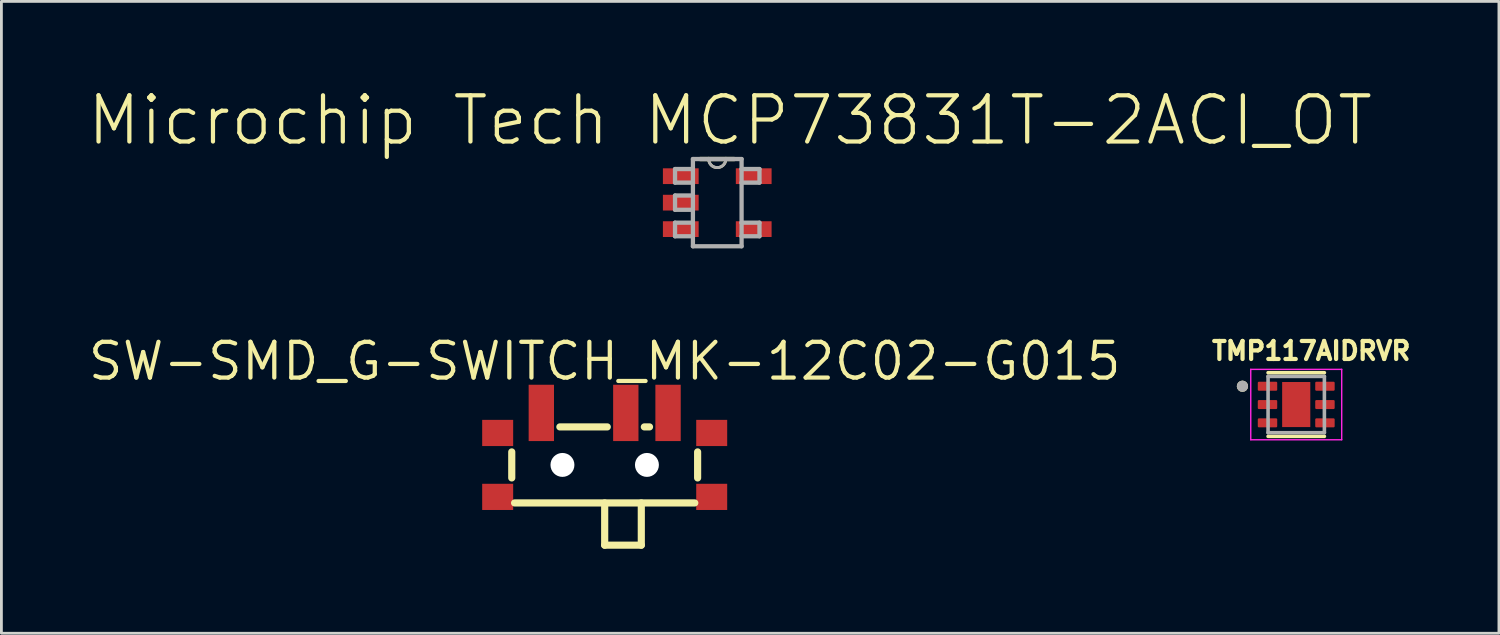
<source format=kicad_pcb>
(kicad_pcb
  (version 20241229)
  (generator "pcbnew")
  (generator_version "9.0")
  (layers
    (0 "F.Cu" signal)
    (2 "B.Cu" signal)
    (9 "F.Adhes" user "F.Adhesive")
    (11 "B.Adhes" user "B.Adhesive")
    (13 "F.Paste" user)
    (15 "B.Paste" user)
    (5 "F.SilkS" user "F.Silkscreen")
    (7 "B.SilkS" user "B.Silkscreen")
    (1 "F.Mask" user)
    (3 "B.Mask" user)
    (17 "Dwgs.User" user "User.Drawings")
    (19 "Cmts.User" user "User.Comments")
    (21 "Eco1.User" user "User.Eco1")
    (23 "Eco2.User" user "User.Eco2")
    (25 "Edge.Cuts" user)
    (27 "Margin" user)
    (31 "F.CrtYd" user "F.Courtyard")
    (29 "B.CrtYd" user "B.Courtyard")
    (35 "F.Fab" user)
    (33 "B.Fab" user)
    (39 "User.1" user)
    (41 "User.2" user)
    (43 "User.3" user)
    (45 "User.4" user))
  (footprint "SW-SMD_G-SWITCH_MK-12C02-G015"
    (layer "F.Cu")
    (at 18.422 13.103)
    (property "Reference" "SW-SMD_G-SWITCH_MK-12C02-G015" (at 0 -3.326 0) (layer "F.SilkS") (effects (font (size 1.27 1.27) (thickness 0.15))))
    (fp_line (start -3.3 0.818) (end -3.3 -0.106) (stroke (width 0.254) (type default)) (layer "F.SilkS"))
    (fp_line (start -0.0002 3.206) (end -0.0002 1.706) (stroke (width 0.254) (type default)) (layer "F.SilkS"))
    (fp_line (start 0.092 -0.994) (end -1.592 -0.994) (stroke (width 0.254) (type default)) (layer "F.SilkS"))
    (fp_line (start 1.3 1.706) (end 1.3 3.206) (stroke (width 0.254) (type default)) (layer "F.SilkS"))
    (fp_line (start 1.3 3.206) (end -0.0002 3.206) (stroke (width 0.254) (type default)) (layer "F.SilkS"))
    (fp_line (start 1.592 -0.994) (end 1.408 -0.994) (stroke (width 0.254) (type default)) (layer "F.SilkS"))
    (fp_line (start 3.2 1.706) (end -3.2 1.706) (stroke (width 0.254) (type default)) (layer "F.SilkS"))
    (fp_line (start 3.3 0.818) (end 3.3 -0.106) (stroke (width 0.254) (type default)) (layer "F.SilkS"))
    (fp_circle (center -1.5 0.356) (end -1.325 0.356) (stroke (width 0.35) (type default)) (fill no) (layer "Dwgs.User"))
    (fp_circle (center 1.5 0.356) (end 1.675 0.356) (stroke (width 0.35) (type default)) (fill no) (layer "Dwgs.User"))
    (fp_circle (center -3.9 -2.02) (end -3.87 -2.02) (stroke (width 0.06) (type default)) (fill no) (layer "User.5"))
    (pad "" np_thru_hole circle (at -1.5 0.356) (size 0.85 0.85) (drill 0.85) (layers "*.Cu" "*.Mask"))
    (pad "" np_thru_hole circle (at 1.5 0.356) (size 0.85 0.85) (drill 0.85) (layers "*.Cu" "*.Mask"))
    (pad "1" smd rect (at -2.25 -1.491) (size 0.9 2) (layers "F.Cu" "F.Mask" "F.Paste"))
    (pad "2" smd rect (at 0.75 -1.491) (size 0.9 2) (layers "F.Cu" "F.Mask" "F.Paste"))
    (pad "3" smd rect (at 2.25 -1.491) (size 0.9 2) (layers "F.Cu" "F.Mask" "F.Paste"))
    (pad "4" smd rect (at 3.8 -0.779) (size 1.1 0.93) (layers "F.Cu" "F.Mask" "F.Paste"))
    (pad "5" smd rect (at 3.8 1.491) (size 1.1 0.93) (layers "F.Cu" "F.Mask" "F.Paste"))
    (pad "6" smd rect (at -3.8 1.491) (size 1.1 0.93) (layers "F.Cu" "F.Mask" "F.Paste"))
    (pad "7" smd rect (at -3.8 -0.779 180) (size 1.1 0.93) (layers "F.Cu" "F.Mask" "F.Paste"))
    (zone (net_name "") (layer "Dwgs.User") (hatch edge 0.5) (priority 100) (connect_pads yes) (min_thickness 0) (filled_areas_thickness no) (fill yes) (polygon (pts (xy 18.402 14.793) (xy 19.702 14.783) (xy 19.702 16.283) (xy 18.382 16.283) (xy 18.382 16.103))) (filled_polygon (layer "Dwgs.User") (island) (pts (xy 18.402 14.793) (xy 19.702 14.783) (xy 19.702 16.283) (xy 18.382 16.283) (xy 18.382 16.103))))
    (zone (net_name "") (layer "User.3") (hatch edge 0.5) (priority 100) (connect_pads yes) (min_thickness 0) (filled_areas_thickness no) (fill yes) (polygon (pts (xy 15.122 12.083) (xy 21.722 12.083) (xy 21.722 14.783) (xy 19.702 14.783) (xy 19.702 16.283) (xy 18.402 16.283) (xy 18.402 14.783) (xy 15.122 14.783) (xy 15.122 14.003))) (filled_polygon (layer "User.3") (island) (pts (xy 15.122 12.083) (xy 21.722 12.083) (xy 21.722 14.783) (xy 19.702 14.783) (xy 19.702 16.283) (xy 18.402 16.283) (xy 18.402 14.783) (xy 15.122 14.783) (xy 15.122 14.003))))
    (zone (net_name "") (layer "User.4") (hatch edge 0.5) (priority 100) (connect_pads yes) (min_thickness 0) (filled_areas_thickness no) (fill yes) (polygon (pts (xy 14.522 14.353) (xy 15.222 14.353) (xy 15.222 14.783) (xy 14.522 14.783))) (filled_polygon (layer "User.4") (island) (pts (xy 14.522 14.353) (xy 15.222 14.353) (xy 15.222 14.783) (xy 14.522 14.783))))
    (zone (net_name "") (layer "User.4") (hatch edge 0.5) (priority 100) (connect_pads yes) (min_thickness 0) (filled_areas_thickness no) (fill yes) (polygon (pts (xy 15.222 12.513) (xy 14.522 12.513) (xy 14.522 12.083) (xy 15.222 12.083))) (filled_polygon (layer "User.4") (island) (pts (xy 15.222 12.513) (xy 14.522 12.513) (xy 14.522 12.083) (xy 15.222 12.083))))
    (zone (net_name "") (layer "User.4") (hatch edge 0.5) (priority 100) (connect_pads yes) (min_thickness 0) (filled_areas_thickness no) (fill yes) (polygon (pts (xy 15.972 11.083) (xy 16.372 11.083) (xy 16.372 12.133) (xy 15.972 12.133))) (filled_polygon (layer "User.4") (island) (pts (xy 15.972 11.083) (xy 16.372 11.083) (xy 16.372 12.133) (xy 15.972 12.133))))
    (zone (net_name "") (layer "User.4") (hatch edge 0.5) (priority 100) (connect_pads yes) (min_thickness 0) (filled_areas_thickness no) (fill yes) (polygon (pts (xy 18.972 11.083) (xy 19.372 11.083) (xy 19.372 12.133) (xy 18.972 12.133))) (filled_polygon (layer "User.4") (island) (pts (xy 18.972 11.083) (xy 19.372 11.083) (xy 19.372 12.133) (xy 18.972 12.133))))
    (zone (net_name "") (layer "User.4") (hatch edge 0.5) (priority 100) (connect_pads yes) (min_thickness 0) (filled_areas_thickness no) (fill yes) (polygon (pts (xy 20.472 11.083) (xy 20.872 11.083) (xy 20.872 12.133) (xy 20.472 12.133))) (filled_polygon (layer "User.4") (island) (pts (xy 20.472 11.083) (xy 20.872 11.083) (xy 20.872 12.133) (xy 20.472 12.133))))
    (zone (net_name "") (layer "User.4") (hatch edge 0.5) (priority 100) (connect_pads yes) (min_thickness 0) (filled_areas_thickness no) (fill yes) (polygon (pts (xy 21.622 12.083) (xy 22.322 12.083) (xy 22.322 12.513) (xy 21.622 12.513))) (filled_polygon (layer "User.4") (island) (pts (xy 21.622 12.083) (xy 22.322 12.083) (xy 22.322 12.513) (xy 21.622 12.513))))
    (zone (net_name "") (layer "User.4") (hatch edge 0.5) (priority 100) (connect_pads yes) (min_thickness 0) (filled_areas_thickness no) (fill yes) (polygon (pts (xy 21.622 14.353) (xy 22.322 14.353) (xy 22.322 14.783) (xy 21.622 14.783))) (filled_polygon (layer "User.4") (island) (pts (xy 21.622 14.353) (xy 22.322 14.353) (xy 22.322 14.783) (xy 21.622 14.783)))))
  (footprint "Microchip Tech MCP73831T-2ACI_OT"
    (layer "F.Cu")
    (at 22.419 4.146)
    (property "Reference" "Microchip Tech MCP73831T-2ACI_OT" (at 0.457 -2.923 0) (layer "F.SilkS") (effects (font (size 1.641 1.641) (thickness 0.15))))
    (attr smd)
    (fp_line (start -0.305 -1.549) (end -0.61 -1.549) (stroke (width 0.152) (type solid)) (layer "F.SilkS"))
    (fp_line (start 0.305 -1.549) (end -0.305 -1.549) (stroke (width 0.152) (type solid)) (layer "F.SilkS"))
    (fp_line (start 0.61 -1.549) (end 0.305 -1.549) (stroke (width 0.152) (type solid)) (layer "F.SilkS"))
    (fp_arc (start 0.3048 -1.5494) (mid 0 -1.2446) (end -0.3048 -1.5494) (stroke (width 0.1) (type solid)) (layer "F.SilkS"))
    (fp_line (start -1.499 -1.194) (end -1.499 -0.711) (stroke (width 0.152) (type solid)) (layer "F.Fab"))
    (fp_line (start -1.499 -0.711) (end -0.864 -0.711) (stroke (width 0.152) (type solid)) (layer "F.Fab"))
    (fp_line (start -1.499 -0.254) (end -1.499 0.254) (stroke (width 0.152) (type solid)) (layer "F.Fab"))
    (fp_line (start -1.499 0.254) (end -0.864 0.254) (stroke (width 0.152) (type solid)) (layer "F.Fab"))
    (fp_line (start -1.499 0.711) (end -1.499 1.194) (stroke (width 0.152) (type solid)) (layer "F.Fab"))
    (fp_line (start -1.499 1.194) (end -0.864 1.194) (stroke (width 0.152) (type solid)) (layer "F.Fab"))
    (fp_line (start -0.864 -1.549) (end -0.864 -1.194) (stroke (width 0.152) (type solid)) (layer "F.Fab"))
    (fp_line (start -0.864 -1.194) (end -1.499 -1.194) (stroke (width 0.152) (type solid)) (layer "F.Fab"))
    (fp_line (start -0.864 -1.194) (end -0.864 -0.711) (stroke (width 0.152) (type solid)) (layer "F.Fab"))
    (fp_line (start -0.864 -0.711) (end -0.864 -0.254) (stroke (width 0.152) (type solid)) (layer "F.Fab"))
    (fp_line (start -0.864 -0.254) (end -1.499 -0.254) (stroke (width 0.152) (type solid)) (layer "F.Fab"))
    (fp_line (start -0.864 -0.254) (end -0.864 0.254) (stroke (width 0.152) (type solid)) (layer "F.Fab"))
    (fp_line (start -0.864 0.254) (end -0.864 0.711) (stroke (width 0.152) (type solid)) (layer "F.Fab"))
    (fp_line (start -0.864 0.711) (end -1.499 0.711) (stroke (width 0.152) (type solid)) (layer "F.Fab"))
    (fp_line (start -0.864 1.194) (end -0.864 0.711) (stroke (width 0.152) (type solid)) (layer "F.Fab"))
    (fp_line (start -0.864 1.549) (end -0.864 1.194) (stroke (width 0.152) (type solid)) (layer "F.Fab"))
    (fp_line (start -0.864 1.549) (end 0.864 1.549) (stroke (width 0.152) (type solid)) (layer "F.Fab"))
    (fp_line (start -0.305 -1.549) (end -0.864 -1.549) (stroke (width 0.152) (type solid)) (layer "F.Fab"))
    (fp_line (start 0.305 -1.549) (end -0.305 -1.549) (stroke (width 0.152) (type solid)) (layer "F.Fab"))
    (fp_line (start 0.864 -1.549) (end 0.305 -1.549) (stroke (width 0.152) (type solid)) (layer "F.Fab"))
    (fp_line (start 0.864 -1.549) (end 0.864 -1.194) (stroke (width 0.152) (type solid)) (layer "F.Fab"))
    (fp_line (start 0.864 -1.194) (end 0.864 -0.711) (stroke (width 0.152) (type solid)) (layer "F.Fab"))
    (fp_line (start 0.864 -0.711) (end 1.499 -0.711) (stroke (width 0.152) (type solid)) (layer "F.Fab"))
    (fp_line (start 0.864 0.711) (end 0.864 -0.711) (stroke (width 0.152) (type solid)) (layer "F.Fab"))
    (fp_line (start 0.864 1.194) (end 0.864 0.711) (stroke (width 0.152) (type solid)) (layer "F.Fab"))
    (fp_line (start 0.864 1.194) (end 1.499 1.194) (stroke (width 0.152) (type solid)) (layer "F.Fab"))
    (fp_line (start 0.864 1.549) (end 0.864 1.194) (stroke (width 0.152) (type solid)) (layer "F.Fab"))
    (fp_line (start 1.499 -1.194) (end 0.864 -1.194) (stroke (width 0.152) (type solid)) (layer "F.Fab"))
    (fp_line (start 1.499 -0.711) (end 1.499 -1.194) (stroke (width 0.152) (type solid)) (layer "F.Fab"))
    (fp_line (start 1.499 0.711) (end 0.864 0.711) (stroke (width 0.152) (type solid)) (layer "F.Fab"))
    (fp_line (start 1.499 1.194) (end 1.499 0.711) (stroke (width 0.152) (type solid)) (layer "F.Fab"))
    (fp_arc (start 0.3048 -1.5494) (mid 0 -1.2446) (end -0.3048 -1.5494) (stroke (width 0.1) (type solid)) (layer "F.Fab"))
    (pad "1" smd rect (at -1.295 -0.94) (size 1.27 0.559) (layers "F.Cu" "F.Mask" "F.Paste"))
    (pad "2" smd rect (at -1.295 0) (size 1.27 0.559) (layers "F.Cu" "F.Mask" "F.Paste"))
    (pad "3" smd rect (at -1.295 0.94) (size 1.27 0.559) (layers "F.Cu" "F.Mask" "F.Paste"))
    (pad "4" smd rect (at 1.295 0.94) (size 1.27 0.559) (layers "F.Cu" "F.Mask" "F.Paste"))
    (pad "5" smd rect (at 1.295 -0.94) (size 1.27 0.559) (layers "F.Cu" "F.Mask" "F.Paste")))
  (footprint "TMP117AIDRVR"
    (layer "F.Cu")
    (at 42.978 11.315)
    (property "Reference" "TMP117AIDRVR" (at 0.532 -1.906 0) (layer "F.SilkS") (effects (font (size 0.64 0.64) (thickness 0.15))))
    (attr smd)
    (fp_line (start -1 -1.13) (end 1 -1.13) (stroke (width 0.127) (type solid)) (layer "F.SilkS"))
    (fp_line (start -1 1.13) (end 1 1.13) (stroke (width 0.127) (type solid)) (layer "F.SilkS"))
    (fp_circle (center -1.91 -0.65) (end -1.81 -0.65) (stroke (width 0.2) (type solid)) (fill no) (layer "F.SilkS"))
    (fp_poly (pts (xy -0.316 -0.506) (xy 0.316 -0.506) (xy 0.316 0.506) (xy -0.316 0.506)) (stroke (width 0.01) (type solid)) (fill yes) (layer "F.Paste"))
    (fp_line (start -1.615 -1.25) (end -1.615 1.25) (stroke (width 0.05) (type solid)) (layer "F.CrtYd"))
    (fp_line (start -1.615 -1.25) (end 1.615 -1.25) (stroke (width 0.05) (type solid)) (layer "F.CrtYd"))
    (fp_line (start -1.615 1.25) (end 1.615 1.25) (stroke (width 0.05) (type solid)) (layer "F.CrtYd"))
    (fp_line (start 1.615 -1.25) (end 1.615 1.25) (stroke (width 0.05) (type solid)) (layer "F.CrtYd"))
    (fp_line (start -1 -1) (end -1 1) (stroke (width 0.127) (type solid)) (layer "F.Fab"))
    (fp_line (start -1 -1) (end 1 -1) (stroke (width 0.127) (type solid)) (layer "F.Fab"))
    (fp_line (start -1 1) (end 1 1) (stroke (width 0.127) (type solid)) (layer "F.Fab"))
    (fp_line (start 1 -1) (end 1 1) (stroke (width 0.127) (type solid)) (layer "F.Fab"))
    (fp_circle (center -1.91 -0.65) (end -1.81 -0.65) (stroke (width 0.2) (type solid)) (fill no) (layer "F.Fab"))
    (pad "1" smd roundrect (at -1.02 -0.65) (size 0.69 0.32) (layers "F.Cu" "F.Mask" "F.Paste") (roundrect_rratio 0.125))
    (pad "2" smd roundrect (at -1.02 0) (size 0.69 0.32) (layers "F.Cu" "F.Mask" "F.Paste") (roundrect_rratio 0.125))
    (pad "3" smd roundrect (at -1.02 0.65) (size 0.69 0.32) (layers "F.Cu" "F.Mask" "F.Paste") (roundrect_rratio 0.125))
    (pad "4" smd roundrect (at 1.02 0.65) (size 0.69 0.32) (layers "F.Cu" "F.Mask" "F.Paste") (roundrect_rratio 0.125))
    (pad "5" smd roundrect (at 1.02 0) (size 0.69 0.32) (layers "F.Cu" "F.Mask" "F.Paste") (roundrect_rratio 0.125))
    (pad "6" smd roundrect (at 1.02 -0.65) (size 0.69 0.32) (layers "F.Cu" "F.Mask" "F.Paste") (roundrect_rratio 0.125))
    (pad "7" smd rect (at 0 0) (size 1 1.6) (layers "F.Cu" "F.Mask")))
  (gr_rect
    (start -3 -3)
    (end 50.176 19.436)
    (stroke (width 0.1) (type default))
    (fill no)
    (layer "Edge.Cuts")))
</source>
